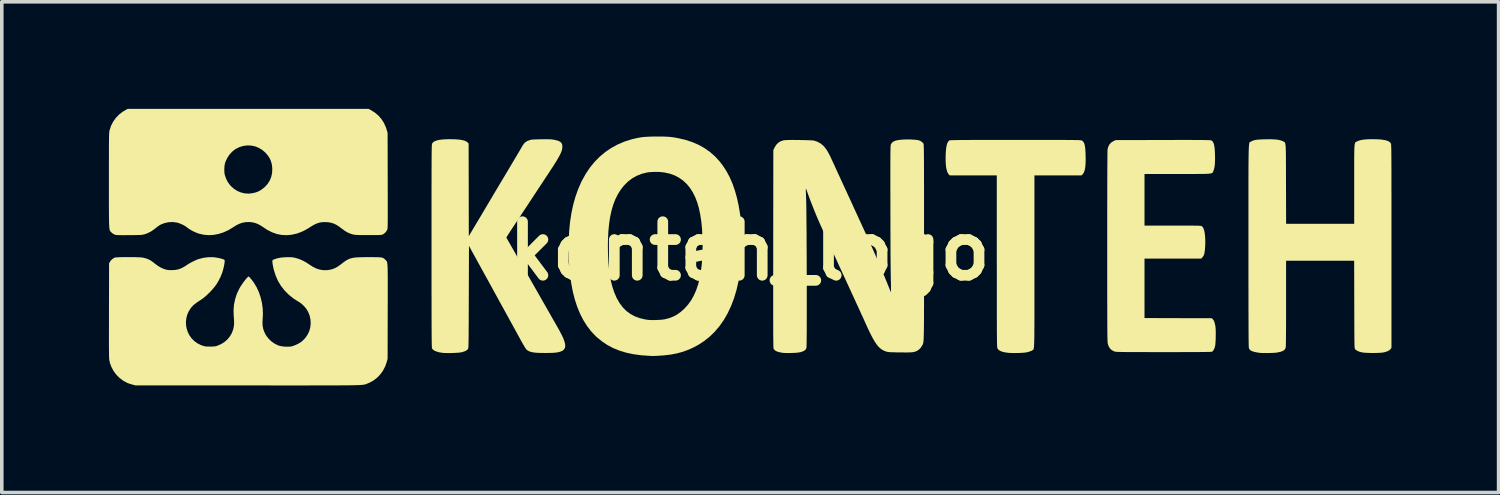
<source format=kicad_pcb>
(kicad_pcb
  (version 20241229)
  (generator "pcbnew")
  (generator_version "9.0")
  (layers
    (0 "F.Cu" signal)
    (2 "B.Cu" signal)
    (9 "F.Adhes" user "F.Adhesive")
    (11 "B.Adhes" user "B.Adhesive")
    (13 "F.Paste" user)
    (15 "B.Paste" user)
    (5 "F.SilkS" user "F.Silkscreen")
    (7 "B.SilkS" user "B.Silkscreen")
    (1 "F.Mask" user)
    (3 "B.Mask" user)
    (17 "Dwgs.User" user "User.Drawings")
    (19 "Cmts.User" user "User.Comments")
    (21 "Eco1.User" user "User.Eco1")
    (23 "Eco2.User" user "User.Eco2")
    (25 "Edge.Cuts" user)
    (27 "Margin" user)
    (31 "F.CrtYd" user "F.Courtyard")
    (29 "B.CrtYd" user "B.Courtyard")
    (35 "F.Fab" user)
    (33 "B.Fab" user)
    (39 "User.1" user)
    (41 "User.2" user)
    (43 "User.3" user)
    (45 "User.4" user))
  (footprint "konteh_logo"
    (layer "F.Cu")
    (at 17.941 3.981)
    (property "Reference" "konteh_logo" (at 0 0 0) (layer "F.SilkS") (effects (font (size 1.5 1.5) (thickness 0.3))))
    (attr board_only exclude_from_pos_files exclude_from_bom)
    (fp_poly (pts (xy 7.885 -3.112) (xy 8.072 -3.112) (xy 8.242 -3.112) (xy 8.395 -3.112) (xy 8.532 -3.112) (xy 8.655 -3.112) (xy 8.764 -3.111) (xy 8.859 -3.111) (xy 8.943 -3.11) (xy 9.015 -3.11) (xy 9.076 -3.109) (xy 9.129 -3.108) (xy 9.172 -3.108) (xy 9.207 -3.107) (xy 9.236 -3.105) (xy 9.258 -3.104) (xy 9.275 -3.103) (xy 9.288 -3.101) (xy 9.298 -3.099) (xy 9.305 -3.097) (xy 9.31 -3.095) (xy 9.314 -3.093) (xy 9.34 -3.072) (xy 9.361 -3.045) (xy 9.378 -3.008) (xy 9.391 -2.96) (xy 9.401 -2.899) (xy 9.408 -2.823) (xy 9.413 -2.729) (xy 9.414 -2.68) (xy 9.416 -2.556) (xy 9.413 -2.45) (xy 9.406 -2.361) (xy 9.394 -2.288) (xy 9.378 -2.229) (xy 9.357 -2.184) (xy 9.332 -2.151) (xy 9.299 -2.118) (xy 8.64 -2.118) (xy 7.981 -2.118) (xy 7.981 0.286) (xy 7.981 0.548) (xy 7.981 0.79) (xy 7.981 1.014) (xy 7.981 1.22) (xy 7.981 1.409) (xy 7.981 1.582) (xy 7.981 1.739) (xy 7.981 1.881) (xy 7.98 2.009) (xy 7.98 2.124) (xy 7.979 2.226) (xy 7.979 2.316) (xy 7.978 2.396) (xy 7.977 2.465) (xy 7.975 2.524) (xy 7.974 2.575) (xy 7.972 2.618) (xy 7.97 2.653) (xy 7.968 2.682) (xy 7.966 2.705) (xy 7.963 2.723) (xy 7.96 2.737) (xy 7.957 2.747) (xy 7.954 2.755) (xy 7.95 2.76) (xy 7.946 2.764) (xy 7.941 2.768) (xy 7.936 2.772) (xy 7.934 2.774) (xy 7.907 2.791) (xy 7.864 2.808) (xy 7.813 2.825) (xy 7.757 2.838) (xy 7.74 2.841) (xy 7.697 2.846) (xy 7.64 2.85) (xy 7.572 2.854) (xy 7.499 2.856) (xy 7.425 2.857) (xy 7.356 2.856) (xy 7.296 2.854) (xy 7.252 2.851) (xy 7.154 2.838) (xy 7.076 2.819) (xy 7.016 2.794) (xy 6.973 2.764) (xy 6.947 2.728) (xy 6.947 2.728) (xy 6.945 2.723) (xy 6.943 2.717) (xy 6.941 2.709) (xy 6.939 2.699) (xy 6.938 2.686) (xy 6.937 2.668) (xy 6.935 2.646) (xy 6.934 2.618) (xy 6.933 2.585) (xy 6.932 2.543) (xy 6.932 2.495) (xy 6.931 2.437) (xy 6.93 2.37) (xy 6.93 2.293) (xy 6.929 2.206) (xy 6.929 2.106) (xy 6.929 1.994) (xy 6.928 1.869) (xy 6.928 1.731) (xy 6.928 1.577) (xy 6.928 1.408) (xy 6.928 1.223) (xy 6.928 1.02) (xy 6.928 0.801) (xy 6.928 0.562) (xy 6.927 0.304) (xy 6.927 0.284) (xy 6.927 -2.118) (xy 6.268 -2.118) (xy 5.609 -2.118) (xy 5.577 -2.152) (xy 5.549 -2.195) (xy 5.527 -2.256) (xy 5.51 -2.334) (xy 5.499 -2.431) (xy 5.494 -2.543) (xy 5.494 -2.672) (xy 5.495 -2.691) (xy 5.501 -2.803) (xy 5.512 -2.897) (xy 5.526 -2.972) (xy 5.546 -3.031) (xy 5.57 -3.072) (xy 5.599 -3.098) (xy 5.602 -3.099) (xy 5.609 -3.101) (xy 5.623 -3.102) (xy 5.646 -3.104) (xy 5.678 -3.105) (xy 5.719 -3.106) (xy 5.771 -3.107) (xy 5.834 -3.108) (xy 5.909 -3.109) (xy 5.997 -3.109) (xy 6.098 -3.11) (xy 6.214 -3.111) (xy 6.344 -3.111) (xy 6.49 -3.111) (xy 6.653 -3.112) (xy 6.833 -3.112) (xy 7.03 -3.112) (xy 7.247 -3.112) (xy 7.454 -3.112) (xy 7.679 -3.112)) (stroke (width 0) (type solid)) (fill yes) (layer "F.SilkS"))
    (fp_poly (pts (xy 12.366 -3.111) (xy 12.474 -3.11) (xy 12.568 -3.11) (xy 12.649 -3.11) (xy 12.717 -3.109) (xy 12.774 -3.108) (xy 12.821 -3.107) (xy 12.858 -3.106) (xy 12.886 -3.105) (xy 12.908 -3.103) (xy 12.923 -3.101) (xy 12.932 -3.099) (xy 12.934 -3.099) (xy 12.962 -3.081) (xy 12.984 -3.052) (xy 13.002 -3.011) (xy 13.017 -2.956) (xy 13.027 -2.885) (xy 13.034 -2.797) (xy 13.038 -2.698) (xy 13.04 -2.581) (xy 13.037 -2.481) (xy 13.031 -2.397) (xy 13.02 -2.328) (xy 13.004 -2.272) (xy 12.995 -2.248) (xy 12.989 -2.233) (xy 12.984 -2.22) (xy 12.979 -2.208) (xy 12.972 -2.198) (xy 12.964 -2.19) (xy 12.951 -2.183) (xy 12.934 -2.176) (xy 12.91 -2.172) (xy 12.879 -2.168) (xy 12.839 -2.164) (xy 12.79 -2.162) (xy 12.729 -2.16) (xy 12.657 -2.159) (xy 12.571 -2.159) (xy 12.47 -2.158) (xy 12.354 -2.158) (xy 12.22 -2.158) (xy 12.068 -2.158) (xy 11.988 -2.158) (xy 11.064 -2.158) (xy 11.064 -1.436) (xy 11.064 -0.713) (xy 11.855 -0.713) (xy 12 -0.713) (xy 12.126 -0.713) (xy 12.235 -0.713) (xy 12.327 -0.712) (xy 12.405 -0.712) (xy 12.47 -0.711) (xy 12.522 -0.711) (xy 12.564 -0.71) (xy 12.597 -0.708) (xy 12.621 -0.707) (xy 12.639 -0.705) (xy 12.652 -0.703) (xy 12.661 -0.7) (xy 12.667 -0.697) (xy 12.672 -0.693) (xy 12.672 -0.693) (xy 12.698 -0.665) (xy 12.72 -0.625) (xy 12.737 -0.571) (xy 12.75 -0.502) (xy 12.76 -0.416) (xy 12.765 -0.336) (xy 12.767 -0.27) (xy 12.766 -0.196) (xy 12.762 -0.121) (xy 12.757 -0.048) (xy 12.749 0.016) (xy 12.74 0.069) (xy 12.734 0.09) (xy 12.714 0.138) (xy 12.686 0.176) (xy 12.685 0.178) (xy 12.652 0.211) (xy 11.858 0.211) (xy 11.064 0.211) (xy 11.064 1.044) (xy 11.064 1.877) (xy 12.006 1.88) (xy 12.949 1.882) (xy 12.975 1.907) (xy 13.002 1.943) (xy 13.024 1.996) (xy 13.042 2.066) (xy 13.052 2.124) (xy 13.056 2.17) (xy 13.059 2.229) (xy 13.06 2.297) (xy 13.059 2.37) (xy 13.058 2.444) (xy 13.055 2.515) (xy 13.051 2.579) (xy 13.046 2.631) (xy 13.04 2.668) (xy 13.039 2.671) (xy 13.022 2.725) (xy 12.999 2.771) (xy 12.975 2.804) (xy 12.954 2.82) (xy 12.944 2.822) (xy 12.919 2.823) (xy 12.88 2.825) (xy 12.827 2.826) (xy 12.757 2.827) (xy 12.673 2.828) (xy 12.571 2.829) (xy 12.453 2.829) (xy 12.317 2.83) (xy 12.163 2.83) (xy 11.991 2.831) (xy 11.8 2.831) (xy 11.598 2.831) (xy 11.407 2.831) (xy 11.235 2.831) (xy 11.081 2.83) (xy 10.945 2.83) (xy 10.824 2.83) (xy 10.718 2.83) (xy 10.626 2.829) (xy 10.546 2.829) (xy 10.478 2.828) (xy 10.421 2.827) (xy 10.374 2.826) (xy 10.335 2.825) (xy 10.304 2.824) (xy 10.28 2.822) (xy 10.261 2.821) (xy 10.246 2.819) (xy 10.235 2.817) (xy 10.226 2.814) (xy 10.218 2.812) (xy 10.217 2.811) (xy 10.152 2.778) (xy 10.102 2.735) (xy 10.065 2.678) (xy 10.039 2.606) (xy 10.035 2.59) (xy 10.033 2.582) (xy 10.032 2.57) (xy 10.031 2.554) (xy 10.029 2.534) (xy 10.028 2.508) (xy 10.027 2.476) (xy 10.026 2.438) (xy 10.025 2.392) (xy 10.024 2.337) (xy 10.024 2.274) (xy 10.023 2.201) (xy 10.022 2.117) (xy 10.022 2.023) (xy 10.022 1.917) (xy 10.021 1.798) (xy 10.021 1.666) (xy 10.021 1.52) (xy 10.02 1.359) (xy 10.02 1.183) (xy 10.02 0.991) (xy 10.02 0.782) (xy 10.02 0.556) (xy 10.02 0.312) (xy 10.02 0.048) (xy 10.02 -0.131) (xy 10.02 -0.419) (xy 10.02 -0.694) (xy 10.02 -0.954) (xy 10.02 -1.198) (xy 10.021 -1.428) (xy 10.021 -1.641) (xy 10.021 -1.839) (xy 10.022 -2.02) (xy 10.022 -2.184) (xy 10.023 -2.33) (xy 10.024 -2.46) (xy 10.025 -2.571) (xy 10.025 -2.664) (xy 10.026 -2.738) (xy 10.027 -2.794) (xy 10.028 -2.83) (xy 10.029 -2.846) (xy 10.049 -2.923) (xy 10.083 -2.987) (xy 10.131 -3.038) (xy 10.195 -3.079) (xy 10.208 -3.085) (xy 10.255 -3.107) (xy 11.578 -3.11) (xy 11.772 -3.11) (xy 11.947 -3.111) (xy 12.103 -3.111) (xy 12.243 -3.111)) (stroke (width 0) (type solid)) (fill yes) (layer "F.SilkS"))
    (fp_poly (pts (xy -2.488 -3.207) (xy -2.402 -3.206) (xy -2.328 -3.203) (xy -2.263 -3.2) (xy -2.202 -3.194) (xy -2.141 -3.186) (xy -2.078 -3.176) (xy -2.007 -3.163) (xy -1.998 -3.161) (xy -1.793 -3.114) (xy -1.602 -3.051) (xy -1.424 -2.974) (xy -1.259 -2.882) (xy -1.107 -2.774) (xy -0.966 -2.651) (xy -0.838 -2.512) (xy -0.743 -2.389) (xy -0.645 -2.237) (xy -0.556 -2.072) (xy -0.478 -1.893) (xy -0.41 -1.7) (xy -0.351 -1.492) (xy -0.302 -1.268) (xy -0.262 -1.028) (xy -0.231 -0.77) (xy -0.229 -0.758) (xy -0.226 -0.706) (xy -0.222 -0.637) (xy -0.22 -0.554) (xy -0.218 -0.46) (xy -0.217 -0.36) (xy -0.216 -0.255) (xy -0.216 -0.149) (xy -0.217 -0.046) (xy -0.219 0.052) (xy -0.221 0.141) (xy -0.224 0.219) (xy -0.227 0.281) (xy -0.229 0.301) (xy -0.261 0.579) (xy -0.306 0.842) (xy -0.363 1.09) (xy -0.433 1.323) (xy -0.516 1.541) (xy -0.611 1.743) (xy -0.719 1.931) (xy -0.84 2.103) (xy -0.972 2.259) (xy -1.117 2.4) (xy -1.275 2.525) (xy -1.444 2.634) (xy -1.591 2.711) (xy -1.737 2.775) (xy -1.886 2.827) (xy -2.039 2.868) (xy -2.201 2.899) (xy -2.375 2.92) (xy -2.535 2.932) (xy -2.594 2.935) (xy -2.645 2.937) (xy -2.687 2.939) (xy -2.715 2.939) (xy -2.726 2.939) (xy -2.74 2.938) (xy -2.769 2.937) (xy -2.805 2.935) (xy -2.806 2.935) (xy -3.035 2.919) (xy -3.249 2.89) (xy -3.449 2.848) (xy -3.636 2.791) (xy -3.811 2.721) (xy -3.973 2.636) (xy -4.124 2.536) (xy -4.265 2.422) (xy -4.309 2.381) (xy -4.436 2.247) (xy -4.55 2.098) (xy -4.653 1.935) (xy -4.744 1.757) (xy -4.824 1.564) (xy -4.892 1.356) (xy -4.949 1.132) (xy -4.994 0.892) (xy -5.029 0.636) (xy -5.052 0.364) (xy -5.064 0.075) (xy -5.065 0.005) (xy -5.064 -0.146) (xy -3.966 -0.146) (xy -3.962 0.089) (xy -3.952 0.305) (xy -3.934 0.505) (xy -3.909 0.69) (xy -3.876 0.86) (xy -3.835 1.016) (xy -3.786 1.161) (xy -3.729 1.294) (xy -3.714 1.325) (xy -3.638 1.458) (xy -3.551 1.574) (xy -3.453 1.674) (xy -3.343 1.757) (xy -3.221 1.824) (xy -3.087 1.876) (xy -2.94 1.912) (xy -2.846 1.927) (xy -2.794 1.931) (xy -2.727 1.933) (xy -2.654 1.933) (xy -2.577 1.93) (xy -2.503 1.927) (xy -2.438 1.921) (xy -2.387 1.914) (xy -2.38 1.913) (xy -2.251 1.88) (xy -2.133 1.835) (xy -2.024 1.776) (xy -1.92 1.701) (xy -1.817 1.608) (xy -1.816 1.607) (xy -1.72 1.5) (xy -1.634 1.38) (xy -1.559 1.247) (xy -1.494 1.1) (xy -1.439 0.938) (xy -1.395 0.761) (xy -1.36 0.568) (xy -1.335 0.36) (xy -1.319 0.134) (xy -1.313 -0.108) (xy -1.313 -0.156) (xy -1.317 -0.4) (xy -1.329 -0.627) (xy -1.35 -0.837) (xy -1.38 -1.03) (xy -1.418 -1.206) (xy -1.465 -1.367) (xy -1.522 -1.514) (xy -1.588 -1.645) (xy -1.663 -1.763) (xy -1.747 -1.867) (xy -1.842 -1.959) (xy -1.867 -1.979) (xy -1.979 -2.058) (xy -2.1 -2.12) (xy -2.233 -2.167) (xy -2.378 -2.199) (xy -2.457 -2.209) (xy -2.526 -2.215) (xy -2.606 -2.216) (xy -2.689 -2.215) (xy -2.77 -2.211) (xy -2.841 -2.204) (xy -2.876 -2.198) (xy -3.022 -2.162) (xy -3.159 -2.107) (xy -3.287 -2.034) (xy -3.405 -1.944) (xy -3.512 -1.837) (xy -3.521 -1.827) (xy -3.61 -1.712) (xy -3.689 -1.585) (xy -3.758 -1.447) (xy -3.816 -1.296) (xy -3.864 -1.131) (xy -3.903 -0.952) (xy -3.932 -0.757) (xy -3.952 -0.547) (xy -3.963 -0.32) (xy -3.966 -0.146) (xy -5.064 -0.146) (xy -5.063 -0.284) (xy -5.05 -0.557) (xy -5.025 -0.816) (xy -4.987 -1.061) (xy -4.938 -1.293) (xy -4.876 -1.514) (xy -4.802 -1.724) (xy -4.715 -1.925) (xy -4.692 -1.972) (xy -4.586 -2.162) (xy -4.468 -2.338) (xy -4.337 -2.499) (xy -4.193 -2.644) (xy -4.037 -2.774) (xy -3.87 -2.887) (xy -3.692 -2.984) (xy -3.503 -3.065) (xy -3.304 -3.128) (xy -3.29 -3.131) (xy -3.202 -3.153) (xy -3.121 -3.17) (xy -3.041 -3.184) (xy -2.96 -3.194) (xy -2.873 -3.2) (xy -2.776 -3.205) (xy -2.666 -3.207) (xy -2.59 -3.207)) (stroke (width 0) (type solid)) (fill yes) (layer "F.SilkS"))
    (fp_poly (pts (xy 17.584 -3.13) (xy 17.691 -3.123) (xy 17.779 -3.11) (xy 17.85 -3.093) (xy 17.905 -3.07) (xy 17.943 -3.042) (xy 17.96 -3.02) (xy 17.962 -3.017) (xy 17.964 -3.013) (xy 17.966 -3.007) (xy 17.968 -3) (xy 17.969 -2.991) (xy 17.971 -2.978) (xy 17.972 -2.961) (xy 17.973 -2.939) (xy 17.974 -2.912) (xy 17.975 -2.879) (xy 17.976 -2.839) (xy 17.977 -2.792) (xy 17.977 -2.736) (xy 17.978 -2.672) (xy 17.978 -2.598) (xy 17.979 -2.513) (xy 17.979 -2.418) (xy 17.98 -2.311) (xy 17.98 -2.192) (xy 17.98 -2.06) (xy 17.98 -1.914) (xy 17.98 -1.753) (xy 17.981 -1.578) (xy 17.981 -1.386) (xy 17.981 -1.178) (xy 17.981 -0.953) (xy 17.981 -0.71) (xy 17.981 -0.448) (xy 17.981 -0.167) (xy 17.981 -0.14) (xy 17.981 2.708) (xy 17.958 2.742) (xy 17.924 2.777) (xy 17.871 2.806) (xy 17.799 2.83) (xy 17.764 2.838) (xy 17.718 2.845) (xy 17.655 2.85) (xy 17.582 2.853) (xy 17.501 2.855) (xy 17.419 2.855) (xy 17.338 2.853) (xy 17.265 2.85) (xy 17.202 2.845) (xy 17.154 2.838) (xy 17.153 2.838) (xy 17.077 2.818) (xy 17.018 2.792) (xy 16.975 2.762) (xy 16.962 2.748) (xy 16.959 2.743) (xy 16.956 2.738) (xy 16.954 2.731) (xy 16.952 2.721) (xy 16.95 2.707) (xy 16.948 2.688) (xy 16.947 2.663) (xy 16.946 2.631) (xy 16.944 2.591) (xy 16.944 2.541) (xy 16.943 2.481) (xy 16.942 2.409) (xy 16.942 2.325) (xy 16.941 2.227) (xy 16.941 2.115) (xy 16.94 1.986) (xy 16.94 1.841) (xy 16.939 1.678) (xy 16.939 1.496) (xy 16.939 1.495) (xy 16.936 0.271) (xy 15.983 0.271) (xy 15.029 0.271) (xy 15.029 1.468) (xy 15.029 1.672) (xy 15.029 1.855) (xy 15.028 2.02) (xy 15.028 2.165) (xy 15.027 2.292) (xy 15.026 2.402) (xy 15.025 2.494) (xy 15.024 2.569) (xy 15.023 2.627) (xy 15.021 2.669) (xy 15.02 2.695) (xy 15.018 2.705) (xy 15.001 2.744) (xy 14.973 2.776) (xy 14.931 2.801) (xy 14.874 2.822) (xy 14.799 2.839) (xy 14.782 2.842) (xy 14.743 2.847) (xy 14.688 2.851) (xy 14.622 2.854) (xy 14.551 2.856) (xy 14.478 2.857) (xy 14.409 2.856) (xy 14.348 2.855) (xy 14.301 2.852) (xy 14.291 2.851) (xy 14.205 2.838) (xy 14.131 2.822) (xy 14.072 2.802) (xy 14.03 2.779) (xy 14.014 2.765) (xy 14 2.742) (xy 13.987 2.713) (xy 13.986 2.712) (xy 13.985 2.702) (xy 13.984 2.682) (xy 13.983 2.65) (xy 13.982 2.606) (xy 13.981 2.549) (xy 13.98 2.479) (xy 13.979 2.396) (xy 13.979 2.299) (xy 13.978 2.187) (xy 13.978 2.06) (xy 13.977 1.918) (xy 13.977 1.761) (xy 13.976 1.586) (xy 13.976 1.395) (xy 13.976 1.187) (xy 13.975 0.961) (xy 13.975 0.717) (xy 13.975 0.454) (xy 13.975 0.172) (xy 13.975 -0.129) (xy 13.975 -0.142) (xy 13.975 -0.428) (xy 13.975 -0.694) (xy 13.975 -0.941) (xy 13.975 -1.171) (xy 13.975 -1.383) (xy 13.975 -1.579) (xy 13.975 -1.758) (xy 13.975 -1.923) (xy 13.975 -2.072) (xy 13.976 -2.208) (xy 13.976 -2.331) (xy 13.977 -2.441) (xy 13.978 -2.539) (xy 13.979 -2.626) (xy 13.98 -2.703) (xy 13.982 -2.769) (xy 13.983 -2.827) (xy 13.985 -2.876) (xy 13.987 -2.918) (xy 13.99 -2.952) (xy 13.993 -2.981) (xy 13.996 -3.003) (xy 13.999 -3.02) (xy 14.003 -3.034) (xy 14.007 -3.043) (xy 14.012 -3.05) (xy 14.017 -3.054) (xy 14.022 -3.057) (xy 14.028 -3.059) (xy 14.034 -3.061) (xy 14.041 -3.063) (xy 14.048 -3.067) (xy 14.049 -3.067) (xy 14.081 -3.084) (xy 14.116 -3.097) (xy 14.156 -3.108) (xy 14.204 -3.116) (xy 14.263 -3.122) (xy 14.336 -3.126) (xy 14.425 -3.129) (xy 14.457 -3.129) (xy 14.567 -3.131) (xy 14.66 -3.129) (xy 14.738 -3.124) (xy 14.804 -3.116) (xy 14.86 -3.104) (xy 14.908 -3.089) (xy 14.936 -3.076) (xy 14.95 -3.07) (xy 14.962 -3.065) (xy 14.972 -3.061) (xy 14.982 -3.055) (xy 14.99 -3.047) (xy 14.997 -3.036) (xy 15.003 -3.021) (xy 15.008 -3) (xy 15.012 -2.973) (xy 15.016 -2.938) (xy 15.019 -2.894) (xy 15.021 -2.84) (xy 15.023 -2.775) (xy 15.024 -2.699) (xy 15.025 -2.609) (xy 15.025 -2.505) (xy 15.026 -2.385) (xy 15.026 -2.249) (xy 15.026 -2.096) (xy 15.027 -1.924) (xy 15.027 -1.875) (xy 15.03 -0.763) (xy 15.983 -0.763) (xy 16.937 -0.763) (xy 16.937 -1.87) (xy 16.937 -2.047) (xy 16.937 -2.206) (xy 16.937 -2.346) (xy 16.937 -2.47) (xy 16.937 -2.578) (xy 16.938 -2.672) (xy 16.939 -2.752) (xy 16.94 -2.82) (xy 16.942 -2.876) (xy 16.945 -2.923) (xy 16.948 -2.96) (xy 16.952 -2.99) (xy 16.957 -3.012) (xy 16.963 -3.029) (xy 16.97 -3.041) (xy 16.978 -3.05) (xy 16.987 -3.057) (xy 16.998 -3.062) (xy 17.01 -3.067) (xy 17.023 -3.073) (xy 17.027 -3.074) (xy 17.075 -3.094) (xy 17.132 -3.109) (xy 17.199 -3.12) (xy 17.281 -3.128) (xy 17.378 -3.132) (xy 17.459 -3.132)) (stroke (width 0) (type solid)) (fill yes) (layer "F.SilkS"))
    (fp_poly (pts (xy -10.612 -3.952) (xy -10.495 -3.88) (xy -10.394 -3.795) (xy -10.308 -3.697) (xy -10.237 -3.586) (xy -10.182 -3.463) (xy -10.158 -3.388) (xy -10.135 -3.308) (xy -10.132 -1.969) (xy -10.132 -1.778) (xy -10.131 -1.606) (xy -10.131 -1.452) (xy -10.131 -1.315) (xy -10.131 -1.194) (xy -10.131 -1.088) (xy -10.131 -0.996) (xy -10.131 -0.917) (xy -10.132 -0.849) (xy -10.132 -0.792) (xy -10.133 -0.745) (xy -10.134 -0.707) (xy -10.135 -0.676) (xy -10.136 -0.652) (xy -10.138 -0.633) (xy -10.14 -0.619) (xy -10.142 -0.608) (xy -10.144 -0.6) (xy -10.147 -0.593) (xy -10.15 -0.587) (xy -10.188 -0.528) (xy -10.241 -0.483) (xy -10.265 -0.468) (xy -10.276 -0.463) (xy -10.288 -0.458) (xy -10.303 -0.455) (xy -10.322 -0.452) (xy -10.348 -0.45) (xy -10.384 -0.448) (xy -10.431 -0.447) (xy -10.491 -0.447) (xy -10.567 -0.447) (xy -10.661 -0.447) (xy -10.667 -0.447) (xy -10.765 -0.447) (xy -10.846 -0.447) (xy -10.911 -0.448) (xy -10.963 -0.449) (xy -11.005 -0.451) (xy -11.038 -0.454) (xy -11.065 -0.457) (xy -11.089 -0.461) (xy -11.105 -0.465) (xy -11.182 -0.488) (xy -11.258 -0.521) (xy -11.335 -0.567) (xy -11.418 -0.628) (xy -11.424 -0.632) (xy -11.503 -0.691) (xy -11.574 -0.736) (xy -11.641 -0.768) (xy -11.709 -0.79) (xy -11.782 -0.804) (xy -11.852 -0.81) (xy -11.945 -0.81) (xy -12.031 -0.799) (xy -12.114 -0.774) (xy -12.197 -0.736) (xy -12.286 -0.683) (xy -12.309 -0.667) (xy -12.394 -0.615) (xy -12.487 -0.565) (xy -12.582 -0.523) (xy -12.672 -0.491) (xy -12.682 -0.488) (xy -12.826 -0.456) (xy -12.966 -0.444) (xy -13.104 -0.451) (xy -13.239 -0.478) (xy -13.372 -0.525) (xy -13.504 -0.592) (xy -13.604 -0.658) (xy -13.696 -0.718) (xy -13.782 -0.763) (xy -13.866 -0.792) (xy -13.953 -0.808) (xy -14.035 -0.813) (xy -14.129 -0.807) (xy -14.218 -0.788) (xy -14.306 -0.756) (xy -14.396 -0.708) (xy -14.456 -0.669) (xy -14.589 -0.588) (xy -14.726 -0.525) (xy -14.865 -0.48) (xy -15.005 -0.453) (xy -15.144 -0.445) (xy -15.281 -0.456) (xy -15.414 -0.486) (xy -15.426 -0.489) (xy -15.511 -0.521) (xy -15.597 -0.561) (xy -15.678 -0.608) (xy -15.748 -0.656) (xy -15.769 -0.674) (xy -15.806 -0.7) (xy -15.856 -0.728) (xy -15.913 -0.755) (xy -15.971 -0.778) (xy -16.023 -0.795) (xy -16.038 -0.798) (xy -16.155 -0.813) (xy -16.271 -0.807) (xy -16.384 -0.782) (xy -16.462 -0.753) (xy -16.494 -0.737) (xy -16.523 -0.722) (xy -16.553 -0.702) (xy -16.588 -0.677) (xy -16.631 -0.643) (xy -16.671 -0.611) (xy -16.768 -0.544) (xy -16.871 -0.494) (xy -16.945 -0.469) (xy -16.967 -0.464) (xy -16.989 -0.459) (xy -17.014 -0.455) (xy -17.043 -0.452) (xy -17.08 -0.45) (xy -17.127 -0.449) (xy -17.186 -0.447) (xy -17.259 -0.446) (xy -17.35 -0.445) (xy -17.373 -0.445) (xy -17.471 -0.445) (xy -17.55 -0.444) (xy -17.613 -0.445) (xy -17.663 -0.446) (xy -17.702 -0.447) (xy -17.731 -0.45) (xy -17.753 -0.453) (xy -17.77 -0.457) (xy -17.773 -0.458) (xy -17.822 -0.481) (xy -17.865 -0.516) (xy -17.875 -0.526) (xy -17.885 -0.535) (xy -17.893 -0.543) (xy -17.901 -0.553) (xy -17.908 -0.564) (xy -17.914 -0.577) (xy -17.919 -0.595) (xy -17.924 -0.617) (xy -17.928 -0.645) (xy -17.931 -0.68) (xy -17.933 -0.723) (xy -17.936 -0.775) (xy -17.937 -0.837) (xy -17.938 -0.91) (xy -17.939 -0.995) (xy -17.94 -1.092) (xy -17.94 -1.204) (xy -17.941 -1.331) (xy -17.941 -1.474) (xy -17.941 -1.635) (xy -17.941 -1.813) (xy -17.941 -1.983) (xy -17.941 -2.173) (xy -17.941 -2.272) (xy -14.709 -2.272) (xy -14.707 -2.21) (xy -14.701 -2.158) (xy -14.699 -2.147) (xy -14.663 -2.034) (xy -14.61 -1.93) (xy -14.54 -1.836) (xy -14.529 -1.825) (xy -14.443 -1.746) (xy -14.348 -1.685) (xy -14.245 -1.641) (xy -14.137 -1.615) (xy -14.026 -1.608) (xy -13.913 -1.621) (xy -13.908 -1.622) (xy -13.824 -1.643) (xy -13.752 -1.671) (xy -13.684 -1.709) (xy -13.669 -1.719) (xy -13.574 -1.793) (xy -13.497 -1.879) (xy -13.437 -1.973) (xy -13.394 -2.077) (xy -13.37 -2.188) (xy -13.365 -2.306) (xy -13.365 -2.323) (xy -13.378 -2.431) (xy -13.406 -2.527) (xy -13.448 -2.616) (xy -13.509 -2.701) (xy -13.565 -2.763) (xy -13.653 -2.836) (xy -13.749 -2.893) (xy -13.851 -2.933) (xy -13.958 -2.954) (xy -14.067 -2.958) (xy -14.176 -2.944) (xy -14.282 -2.912) (xy -14.385 -2.862) (xy -14.417 -2.841) (xy -14.495 -2.777) (xy -14.565 -2.699) (xy -14.624 -2.61) (xy -14.67 -2.515) (xy -14.693 -2.445) (xy -14.702 -2.397) (xy -14.707 -2.336) (xy -14.709 -2.272) (xy -17.941 -2.272) (xy -17.941 -2.344) (xy -17.941 -2.498) (xy -17.94 -2.634) (xy -17.94 -2.755) (xy -17.94 -2.861) (xy -17.94 -2.953) (xy -17.939 -3.033) (xy -17.938 -3.101) (xy -17.938 -3.158) (xy -17.937 -3.207) (xy -17.936 -3.247) (xy -17.934 -3.279) (xy -17.933 -3.306) (xy -17.931 -3.328) (xy -17.929 -3.345) (xy -17.927 -3.359) (xy -17.925 -3.372) (xy -17.922 -3.384) (xy -17.92 -3.389) (xy -17.879 -3.513) (xy -17.82 -3.627) (xy -17.744 -3.732) (xy -17.654 -3.825) (xy -17.55 -3.905) (xy -17.467 -3.953) (xy -17.414 -3.981) (xy -14.04 -3.981) (xy -10.667 -3.981)) (stroke (width 0) (type solid)) (fill yes) (layer "F.SilkS"))
    (fp_poly (pts (xy -8.261 -3.13) (xy -8.156 -3.124) (xy -8.069 -3.112) (xy -7.999 -3.097) (xy -7.944 -3.076) (xy -7.905 -3.05) (xy -7.896 -3.042) (xy -7.866 -3.011) (xy -7.863 -1.715) (xy -7.861 -0.418) (xy -7.697 -0.694) (xy -7.648 -0.776) (xy -7.592 -0.869) (xy -7.532 -0.97) (xy -7.471 -1.072) (xy -7.413 -1.17) (xy -7.36 -1.26) (xy -7.354 -1.27) (xy -7.287 -1.383) (xy -7.22 -1.495) (xy -7.153 -1.609) (xy -7.083 -1.726) (xy -7.009 -1.85) (xy -6.929 -1.984) (xy -6.842 -2.129) (xy -6.747 -2.289) (xy -6.741 -2.299) (xy -6.657 -2.441) (xy -6.582 -2.566) (xy -6.518 -2.674) (xy -6.463 -2.766) (xy -6.419 -2.842) (xy -6.383 -2.903) (xy -6.357 -2.948) (xy -6.356 -2.95) (xy -6.316 -3.008) (xy -6.273 -3.051) (xy -6.219 -3.083) (xy -6.165 -3.104) (xy -6.143 -3.111) (xy -6.12 -3.116) (xy -6.093 -3.12) (xy -6.06 -3.123) (xy -6.018 -3.125) (xy -5.963 -3.127) (xy -5.893 -3.129) (xy -5.838 -3.13) (xy -5.751 -3.131) (xy -5.681 -3.131) (xy -5.624 -3.131) (xy -5.577 -3.129) (xy -5.538 -3.126) (xy -5.502 -3.121) (xy -5.482 -3.118) (xy -5.401 -3.101) (xy -5.339 -3.08) (xy -5.294 -3.054) (xy -5.263 -3.022) (xy -5.246 -2.982) (xy -5.241 -2.932) (xy -5.241 -2.931) (xy -5.242 -2.894) (xy -5.247 -2.857) (xy -5.257 -2.817) (xy -5.272 -2.774) (xy -5.293 -2.726) (xy -5.321 -2.67) (xy -5.356 -2.607) (xy -5.399 -2.533) (xy -5.452 -2.448) (xy -5.514 -2.351) (xy -5.588 -2.239) (xy -5.61 -2.205) (xy -5.664 -2.123) (xy -5.723 -2.034) (xy -5.783 -1.942) (xy -5.842 -1.853) (xy -5.897 -1.77) (xy -5.944 -1.698) (xy -5.948 -1.692) (xy -6.042 -1.55) (xy -6.125 -1.423) (xy -6.199 -1.311) (xy -6.265 -1.211) (xy -6.324 -1.122) (xy -6.376 -1.042) (xy -6.423 -0.971) (xy -6.466 -0.907) (xy -6.505 -0.848) (xy -6.541 -0.793) (xy -6.576 -0.74) (xy -6.61 -0.689) (xy -6.624 -0.668) (xy -6.665 -0.606) (xy -6.703 -0.548) (xy -6.737 -0.496) (xy -6.764 -0.454) (xy -6.783 -0.423) (xy -6.793 -0.406) (xy -6.793 -0.406) (xy -6.809 -0.376) (xy -6.189 0.708) (xy -6.11 0.846) (xy -6.034 0.979) (xy -5.96 1.108) (xy -5.89 1.231) (xy -5.825 1.346) (xy -5.764 1.453) (xy -5.708 1.55) (xy -5.659 1.637) (xy -5.616 1.711) (xy -5.581 1.773) (xy -5.554 1.821) (xy -5.535 1.853) (xy -5.527 1.867) (xy -5.509 1.9) (xy -5.483 1.946) (xy -5.451 2.001) (xy -5.417 2.06) (xy -5.383 2.121) (xy -5.381 2.123) (xy -5.314 2.244) (xy -5.259 2.35) (xy -5.216 2.442) (xy -5.186 2.522) (xy -5.167 2.591) (xy -5.16 2.649) (xy -5.165 2.697) (xy -5.181 2.737) (xy -5.208 2.77) (xy -5.245 2.796) (xy -5.252 2.799) (xy -5.29 2.815) (xy -5.332 2.828) (xy -5.38 2.838) (xy -5.438 2.846) (xy -5.508 2.851) (xy -5.592 2.854) (xy -5.693 2.855) (xy -5.723 2.855) (xy -5.836 2.854) (xy -5.932 2.851) (xy -6.012 2.845) (xy -6.078 2.835) (xy -6.132 2.822) (xy -6.177 2.805) (xy -6.215 2.784) (xy -6.246 2.758) (xy -6.254 2.75) (xy -6.266 2.733) (xy -6.287 2.702) (xy -6.313 2.657) (xy -6.345 2.603) (xy -6.38 2.542) (xy -6.416 2.476) (xy -6.418 2.472) (xy -6.461 2.393) (xy -6.508 2.308) (xy -6.555 2.222) (xy -6.601 2.139) (xy -6.641 2.065) (xy -6.662 2.028) (xy -6.703 1.954) (xy -6.749 1.869) (xy -6.798 1.781) (xy -6.843 1.698) (xy -6.877 1.636) (xy -6.91 1.576) (xy -6.941 1.52) (xy -6.969 1.469) (xy -6.992 1.429) (xy -7.007 1.401) (xy -7.01 1.395) (xy -7.023 1.372) (xy -7.043 1.335) (xy -7.069 1.288) (xy -7.098 1.234) (xy -7.128 1.18) (xy -7.157 1.126) (xy -7.194 1.06) (xy -7.236 0.983) (xy -7.281 0.901) (xy -7.327 0.817) (xy -7.372 0.736) (xy -7.382 0.718) (xy -7.425 0.64) (xy -7.469 0.56) (xy -7.511 0.483) (xy -7.551 0.411) (xy -7.585 0.348) (xy -7.613 0.299) (xy -7.62 0.286) (xy -7.654 0.223) (xy -7.694 0.151) (xy -7.734 0.077) (xy -7.771 0.011) (xy -7.777 0.000077) (xy -7.856 -0.145) (xy -7.861 1.287) (xy -7.862 1.485) (xy -7.862 1.664) (xy -7.863 1.824) (xy -7.863 1.968) (xy -7.864 2.095) (xy -7.865 2.207) (xy -7.865 2.306) (xy -7.866 2.391) (xy -7.867 2.463) (xy -7.868 2.525) (xy -7.869 2.577) (xy -7.87 2.619) (xy -7.871 2.653) (xy -7.872 2.68) (xy -7.874 2.701) (xy -7.876 2.716) (xy -7.878 2.727) (xy -7.88 2.735) (xy -7.882 2.741) (xy -7.885 2.745) (xy -7.887 2.748) (xy -7.92 2.779) (xy -7.972 2.806) (xy -8.039 2.829) (xy -8.072 2.836) (xy -8.113 2.843) (xy -8.171 2.848) (xy -8.239 2.852) (xy -8.313 2.855) (xy -8.389 2.857) (xy -8.462 2.857) (xy -8.528 2.856) (xy -8.582 2.853) (xy -8.595 2.851) (xy -8.687 2.837) (xy -8.764 2.816) (xy -8.824 2.79) (xy -8.867 2.759) (xy -8.891 2.725) (xy -8.892 2.719) (xy -8.894 2.709) (xy -8.895 2.694) (xy -8.896 2.672) (xy -8.897 2.644) (xy -8.898 2.608) (xy -8.899 2.565) (xy -8.9 2.513) (xy -8.901 2.452) (xy -8.901 2.38) (xy -8.902 2.299) (xy -8.902 2.206) (xy -8.903 2.101) (xy -8.903 1.983) (xy -8.904 1.853) (xy -8.904 1.708) (xy -8.904 1.549) (xy -8.904 1.375) (xy -8.905 1.184) (xy -8.905 0.978) (xy -8.905 0.754) (xy -8.905 0.512) (xy -8.905 0.252) (xy -8.905 -0.027) (xy -8.905 -0.143) (xy -8.905 -0.425) (xy -8.905 -0.689) (xy -8.905 -0.933) (xy -8.905 -1.16) (xy -8.905 -1.369) (xy -8.905 -1.562) (xy -8.905 -1.738) (xy -8.904 -1.9) (xy -8.904 -2.047) (xy -8.904 -2.18) (xy -8.904 -2.3) (xy -8.903 -2.408) (xy -8.903 -2.504) (xy -8.902 -2.589) (xy -8.902 -2.664) (xy -8.901 -2.729) (xy -8.901 -2.785) (xy -8.9 -2.833) (xy -8.899 -2.873) (xy -8.898 -2.907) (xy -8.897 -2.934) (xy -8.896 -2.956) (xy -8.895 -2.973) (xy -8.893 -2.986) (xy -8.892 -2.996) (xy -8.89 -3.003) (xy -8.888 -3.009) (xy -8.887 -3.012) (xy -8.861 -3.046) (xy -8.819 -3.074) (xy -8.763 -3.096) (xy -8.689 -3.113) (xy -8.599 -3.124) (xy -8.49 -3.131) (xy -8.384 -3.132)) (stroke (width 0) (type solid)) (fill yes) (layer "F.SilkS"))
    (fp_poly (pts (xy -17.294 0.17) (xy -17.216 0.171) (xy -17.144 0.174) (xy -17.08 0.176) (xy -17.029 0.18) (xy -16.991 0.184) (xy -16.983 0.186) (xy -16.903 0.206) (xy -16.833 0.232) (xy -16.768 0.267) (xy -16.702 0.313) (xy -16.654 0.352) (xy -16.559 0.422) (xy -16.463 0.476) (xy -16.376 0.51) (xy -16.334 0.522) (xy -16.294 0.53) (xy -16.249 0.534) (xy -16.193 0.535) (xy -16.189 0.535) (xy -16.087 0.53) (xy -15.996 0.513) (xy -15.911 0.482) (xy -15.826 0.436) (xy -15.769 0.399) (xy -15.717 0.364) (xy -15.654 0.328) (xy -15.585 0.292) (xy -15.518 0.26) (xy -15.458 0.235) (xy -15.436 0.227) (xy -15.293 0.19) (xy -15.15 0.172) (xy -15.008 0.173) (xy -14.871 0.193) (xy -14.761 0.223) (xy -14.727 0.235) (xy -14.709 0.245) (xy -14.7 0.256) (xy -14.698 0.273) (xy -14.698 0.284) (xy -14.701 0.322) (xy -14.709 0.373) (xy -14.721 0.434) (xy -14.736 0.497) (xy -14.752 0.558) (xy -14.768 0.609) (xy -14.817 0.731) (xy -14.88 0.852) (xy -14.927 0.929) (xy -14.974 0.994) (xy -15.033 1.065) (xy -15.1 1.138) (xy -15.17 1.208) (xy -15.241 1.272) (xy -15.307 1.326) (xy -15.336 1.346) (xy -15.38 1.376) (xy -15.43 1.409) (xy -15.477 1.44) (xy -15.48 1.442) (xy -15.57 1.512) (xy -15.643 1.592) (xy -15.701 1.681) (xy -15.744 1.775) (xy -15.771 1.873) (xy -15.783 1.974) (xy -15.78 2.075) (xy -15.763 2.174) (xy -15.731 2.27) (xy -15.685 2.361) (xy -15.626 2.445) (xy -15.552 2.519) (xy -15.466 2.582) (xy -15.366 2.633) (xy -15.327 2.647) (xy -15.291 2.659) (xy -15.26 2.667) (xy -15.228 2.672) (xy -15.19 2.675) (xy -15.141 2.675) (xy -15.109 2.676) (xy -15.052 2.675) (xy -15.009 2.673) (xy -14.975 2.67) (xy -14.944 2.664) (xy -14.911 2.654) (xy -14.892 2.647) (xy -14.791 2.603) (xy -14.698 2.543) (xy -14.616 2.469) (xy -14.549 2.385) (xy -14.508 2.316) (xy -14.479 2.249) (xy -14.457 2.185) (xy -14.443 2.119) (xy -14.435 2.048) (xy -14.435 1.967) (xy -14.44 1.873) (xy -14.445 1.82) (xy -14.45 1.661) (xy -14.438 1.503) (xy -14.406 1.349) (xy -14.358 1.2) (xy -14.292 1.059) (xy -14.282 1.041) (xy -14.252 0.991) (xy -14.217 0.938) (xy -14.18 0.884) (xy -14.142 0.834) (xy -14.107 0.789) (xy -14.075 0.752) (xy -14.049 0.726) (xy -14.031 0.714) (xy -14.028 0.713) (xy -14.016 0.721) (xy -13.994 0.742) (xy -13.967 0.774) (xy -13.935 0.813) (xy -13.902 0.857) (xy -13.883 0.883) (xy -13.806 1.01) (xy -13.741 1.15) (xy -13.691 1.299) (xy -13.654 1.455) (xy -13.633 1.615) (xy -13.627 1.775) (xy -13.634 1.892) (xy -13.64 1.996) (xy -13.636 2.087) (xy -13.621 2.172) (xy -13.594 2.254) (xy -13.592 2.258) (xy -13.543 2.357) (xy -13.477 2.446) (xy -13.397 2.525) (xy -13.306 2.59) (xy -13.208 2.639) (xy -13.172 2.652) (xy -13.115 2.665) (xy -13.047 2.675) (xy -12.973 2.679) (xy -12.901 2.679) (xy -12.84 2.673) (xy -12.828 2.671) (xy -12.767 2.653) (xy -12.698 2.625) (xy -12.629 2.591) (xy -12.567 2.553) (xy -12.526 2.522) (xy -12.444 2.439) (xy -12.379 2.347) (xy -12.331 2.246) (xy -12.301 2.141) (xy -12.289 2.031) (xy -12.295 1.92) (xy -12.319 1.808) (xy -12.363 1.699) (xy -12.37 1.686) (xy -12.414 1.616) (xy -12.471 1.547) (xy -12.536 1.485) (xy -12.602 1.435) (xy -12.619 1.426) (xy -12.769 1.331) (xy -12.903 1.224) (xy -13.02 1.106) (xy -13.121 0.977) (xy -13.205 0.836) (xy -13.272 0.685) (xy -13.323 0.522) (xy -13.342 0.435) (xy -13.351 0.387) (xy -13.358 0.342) (xy -13.362 0.306) (xy -13.363 0.292) (xy -13.361 0.267) (xy -13.352 0.252) (xy -13.33 0.24) (xy -13.323 0.237) (xy -13.252 0.212) (xy -13.182 0.194) (xy -13.106 0.182) (xy -13.019 0.175) (xy -12.973 0.173) (xy -12.909 0.172) (xy -12.859 0.172) (xy -12.819 0.174) (xy -12.782 0.179) (xy -12.743 0.186) (xy -12.722 0.191) (xy -12.623 0.22) (xy -12.52 0.263) (xy -12.419 0.318) (xy -12.339 0.37) (xy -12.231 0.44) (xy -12.127 0.491) (xy -12.024 0.523) (xy -11.922 0.537) (xy -11.818 0.534) (xy -11.817 0.534) (xy -11.74 0.522) (xy -11.671 0.503) (xy -11.605 0.477) (xy -11.539 0.44) (xy -11.468 0.391) (xy -11.419 0.354) (xy -11.365 0.312) (xy -11.316 0.278) (xy -11.269 0.249) (xy -11.223 0.226) (xy -11.175 0.208) (xy -11.121 0.194) (xy -11.061 0.184) (xy -10.991 0.178) (xy -10.909 0.174) (xy -10.813 0.172) (xy -10.699 0.171) (xy -10.665 0.171) (xy -10.565 0.171) (xy -10.484 0.172) (xy -10.418 0.173) (xy -10.365 0.175) (xy -10.324 0.179) (xy -10.292 0.184) (xy -10.267 0.192) (xy -10.247 0.202) (xy -10.229 0.215) (xy -10.212 0.231) (xy -10.197 0.246) (xy -10.188 0.255) (xy -10.179 0.263) (xy -10.171 0.271) (xy -10.164 0.28) (xy -10.158 0.291) (xy -10.153 0.304) (xy -10.148 0.322) (xy -10.144 0.344) (xy -10.141 0.372) (xy -10.138 0.407) (xy -10.136 0.451) (xy -10.134 0.503) (xy -10.133 0.565) (xy -10.132 0.639) (xy -10.131 0.724) (xy -10.131 0.823) (xy -10.131 0.936) (xy -10.131 1.064) (xy -10.131 1.209) (xy -10.131 1.37) (xy -10.132 1.55) (xy -10.132 1.692) (xy -10.135 3.017) (xy -10.162 3.116) (xy -10.206 3.238) (xy -10.266 3.352) (xy -10.34 3.455) (xy -10.428 3.547) (xy -10.528 3.624) (xy -10.638 3.685) (xy -10.693 3.708) (xy -10.706 3.714) (xy -10.718 3.719) (xy -10.73 3.723) (xy -10.741 3.728) (xy -10.752 3.732) (xy -10.765 3.735) (xy -10.78 3.739) (xy -10.797 3.742) (xy -10.817 3.745) (xy -10.842 3.747) (xy -10.87 3.75) (xy -10.904 3.752) (xy -10.944 3.754) (xy -10.991 3.756) (xy -11.044 3.757) (xy -11.106 3.759) (xy -11.176 3.76) (xy -11.255 3.761) (xy -11.344 3.762) (xy -11.444 3.762) (xy -11.555 3.763) (xy -11.678 3.763) (xy -11.814 3.764) (xy -11.963 3.764) (xy -12.126 3.764) (xy -12.303 3.764) (xy -12.496 3.765) (xy -12.705 3.765) (xy -12.93 3.765) (xy -13.173 3.765) (xy -13.433 3.764) (xy -13.713 3.764) (xy -14.011 3.764) (xy -14.052 3.764) (xy -17.193 3.764) (xy -17.283 3.74) (xy -17.332 3.726) (xy -17.381 3.71) (xy -17.422 3.695) (xy -17.431 3.691) (xy -17.54 3.632) (xy -17.641 3.556) (xy -17.73 3.467) (xy -17.806 3.367) (xy -17.866 3.257) (xy -17.91 3.141) (xy -17.92 3.099) (xy -17.923 3.085) (xy -17.926 3.072) (xy -17.929 3.058) (xy -17.931 3.042) (xy -17.933 3.022) (xy -17.934 2.999) (xy -17.936 2.97) (xy -17.937 2.935) (xy -17.938 2.892) (xy -17.938 2.841) (xy -17.939 2.781) (xy -17.939 2.709) (xy -17.94 2.626) (xy -17.94 2.531) (xy -17.94 2.421) (xy -17.94 2.297) (xy -17.939 2.156) (xy -17.939 1.998) (xy -17.939 1.822) (xy -17.939 1.677) (xy -17.936 0.346) (xy -17.914 0.305) (xy -17.879 0.257) (xy -17.832 0.214) (xy -17.783 0.186) (xy -17.762 0.181) (xy -17.724 0.177) (xy -17.671 0.174) (xy -17.607 0.172) (xy -17.534 0.17) (xy -17.456 0.17) (xy -17.375 0.17)) (stroke (width 0) (type solid)) (fill yes) (layer "F.SilkS"))
    (fp_poly (pts (xy 4.512 -3.124) (xy 4.583 -3.121) (xy 4.647 -3.116) (xy 4.7 -3.11) (xy 4.737 -3.103) (xy 4.737 -3.103) (xy 4.786 -3.083) (xy 4.829 -3.056) (xy 4.862 -3.026) (xy 4.873 -3.008) (xy 4.875 -3.004) (xy 4.876 -2.996) (xy 4.878 -2.986) (xy 4.879 -2.972) (xy 4.88 -2.953) (xy 4.881 -2.93) (xy 4.882 -2.9) (xy 4.883 -2.863) (xy 4.884 -2.819) (xy 4.885 -2.767) (xy 4.885 -2.706) (xy 4.886 -2.636) (xy 4.887 -2.556) (xy 4.887 -2.464) (xy 4.888 -2.362) (xy 4.888 -2.246) (xy 4.888 -2.118) (xy 4.888 -1.976) (xy 4.889 -1.82) (xy 4.889 -1.649) (xy 4.889 -1.462) (xy 4.889 -1.258) (xy 4.889 -1.037) (xy 4.889 -0.799) (xy 4.889 -0.541) (xy 4.889 -0.265) (xy 4.889 -0.234) (xy 4.889 0.045) (xy 4.889 0.305) (xy 4.889 0.547) (xy 4.889 0.77) (xy 4.889 0.977) (xy 4.889 1.167) (xy 4.889 1.341) (xy 4.889 1.5) (xy 4.888 1.645) (xy 4.888 1.776) (xy 4.888 1.894) (xy 4.887 2) (xy 4.886 2.094) (xy 4.885 2.178) (xy 4.884 2.252) (xy 4.883 2.316) (xy 4.881 2.372) (xy 4.88 2.42) (xy 4.878 2.461) (xy 4.876 2.495) (xy 4.874 2.524) (xy 4.871 2.547) (xy 4.868 2.566) (xy 4.865 2.582) (xy 4.861 2.595) (xy 4.858 2.605) (xy 4.853 2.615) (xy 4.849 2.623) (xy 4.844 2.632) (xy 4.839 2.641) (xy 4.835 2.649) (xy 4.794 2.712) (xy 4.743 2.763) (xy 4.688 2.798) (xy 4.661 2.81) (xy 4.633 2.82) (xy 4.604 2.827) (xy 4.57 2.833) (xy 4.528 2.837) (xy 4.478 2.839) (xy 4.415 2.84) (xy 4.338 2.84) (xy 4.244 2.839) (xy 4.212 2.839) (xy 4.122 2.838) (xy 4.049 2.836) (xy 3.992 2.835) (xy 3.947 2.833) (xy 3.912 2.831) (xy 3.885 2.828) (xy 3.863 2.824) (xy 3.843 2.819) (xy 3.824 2.813) (xy 3.773 2.794) (xy 3.726 2.77) (xy 3.681 2.74) (xy 3.638 2.703) (xy 3.595 2.658) (xy 3.553 2.603) (xy 3.509 2.537) (xy 3.463 2.459) (xy 3.414 2.367) (xy 3.36 2.26) (xy 3.302 2.136) (xy 3.239 1.998) (xy 3.214 1.941) (xy 3.188 1.883) (xy 3.164 1.83) (xy 3.144 1.788) (xy 3.139 1.777) (xy 3.128 1.754) (xy 3.11 1.714) (xy 3.085 1.66) (xy 3.055 1.594) (xy 3.02 1.517) (xy 2.98 1.432) (xy 2.939 1.341) (xy 2.895 1.245) (xy 2.871 1.195) (xy 2.821 1.084) (xy 2.767 0.967) (xy 2.711 0.846) (xy 2.656 0.725) (xy 2.602 0.608) (xy 2.551 0.498) (xy 2.506 0.4) (xy 2.47 0.321) (xy 2.392 0.152) (xy 2.322 0.000153) (xy 2.26 -0.136) (xy 2.204 -0.257) (xy 2.155 -0.365) (xy 2.111 -0.46) (xy 2.073 -0.544) (xy 2.039 -0.617) (xy 2.01 -0.682) (xy 1.984 -0.739) (xy 1.962 -0.789) (xy 1.942 -0.833) (xy 1.925 -0.873) (xy 1.909 -0.91) (xy 1.894 -0.945) (xy 1.88 -0.978) (xy 1.866 -1.012) (xy 1.852 -1.047) (xy 1.836 -1.085) (xy 1.819 -1.126) (xy 1.814 -1.139) (xy 1.775 -1.238) (xy 1.735 -1.338) (xy 1.697 -1.437) (xy 1.663 -1.53) (xy 1.633 -1.612) (xy 1.61 -1.677) (xy 1.596 -1.717) (xy 1.586 -1.739) (xy 1.579 -1.743) (xy 1.578 -1.74) (xy 1.578 -1.724) (xy 1.578 -1.691) (xy 1.58 -1.644) (xy 1.582 -1.587) (xy 1.584 -1.521) (xy 1.587 -1.469) (xy 1.588 -1.427) (xy 1.59 -1.368) (xy 1.591 -1.293) (xy 1.593 -1.203) (xy 1.594 -1.099) (xy 1.595 -0.982) (xy 1.596 -0.854) (xy 1.597 -0.716) (xy 1.599 -0.569) (xy 1.6 -0.413) (xy 1.6 -0.251) (xy 1.601 -0.083) (xy 1.602 0.089) (xy 1.603 0.265) (xy 1.603 0.443) (xy 1.604 0.622) (xy 1.604 0.801) (xy 1.605 0.979) (xy 1.605 1.154) (xy 1.605 1.325) (xy 1.605 1.492) (xy 1.605 1.653) (xy 1.605 1.807) (xy 1.604 1.953) (xy 1.604 2.089) (xy 1.604 2.215) (xy 1.603 2.329) (xy 1.602 2.43) (xy 1.601 2.518) (xy 1.6 2.59) (xy 1.599 2.646) (xy 1.598 2.684) (xy 1.597 2.703) (xy 1.596 2.705) (xy 1.585 2.736) (xy 1.571 2.761) (xy 1.568 2.764) (xy 1.535 2.79) (xy 1.486 2.814) (xy 1.426 2.833) (xy 1.407 2.837) (xy 1.366 2.843) (xy 1.31 2.849) (xy 1.244 2.853) (xy 1.172 2.855) (xy 1.1 2.857) (xy 1.032 2.856) (xy 0.973 2.854) (xy 0.934 2.851) (xy 0.843 2.835) (xy 0.771 2.814) (xy 0.719 2.786) (xy 0.684 2.752) (xy 0.678 2.742) (xy 0.676 2.737) (xy 0.675 2.73) (xy 0.674 2.719) (xy 0.672 2.703) (xy 0.671 2.682) (xy 0.67 2.656) (xy 0.669 2.623) (xy 0.668 2.584) (xy 0.668 2.536) (xy 0.667 2.48) (xy 0.666 2.414) (xy 0.666 2.339) (xy 0.665 2.253) (xy 0.665 2.155) (xy 0.665 2.046) (xy 0.664 1.924) (xy 0.664 1.789) (xy 0.664 1.64) (xy 0.664 1.476) (xy 0.664 1.296) (xy 0.664 1.1) (xy 0.664 0.888) (xy 0.664 0.658) (xy 0.665 0.41) (xy 0.665 0.143) (xy 0.665 -0.058) (xy 0.668 -2.827) (xy 0.706 -2.904) (xy 0.751 -2.977) (xy 0.806 -3.033) (xy 0.872 -3.074) (xy 0.952 -3.1) (xy 0.969 -3.103) (xy 0.997 -3.106) (xy 1.04 -3.108) (xy 1.098 -3.11) (xy 1.167 -3.111) (xy 1.244 -3.111) (xy 1.326 -3.11) (xy 1.41 -3.109) (xy 1.493 -3.108) (xy 1.573 -3.106) (xy 1.647 -3.104) (xy 1.71 -3.101) (xy 1.762 -3.098) (xy 1.798 -3.095) (xy 1.812 -3.092) (xy 1.904 -3.061) (xy 1.99 -3.014) (xy 2.064 -2.953) (xy 2.07 -2.948) (xy 2.11 -2.903) (xy 2.148 -2.853) (xy 2.186 -2.794) (xy 2.226 -2.722) (xy 2.269 -2.637) (xy 2.3 -2.57) (xy 2.329 -2.507) (xy 2.36 -2.439) (xy 2.39 -2.374) (xy 2.416 -2.317) (xy 2.424 -2.299) (xy 2.449 -2.247) (xy 2.473 -2.193) (xy 2.495 -2.145) (xy 2.51 -2.113) (xy 2.521 -2.089) (xy 2.54 -2.048) (xy 2.564 -1.994) (xy 2.594 -1.93) (xy 2.628 -1.856) (xy 2.665 -1.776) (xy 2.703 -1.693) (xy 2.716 -1.667) (xy 2.76 -1.569) (xy 2.809 -1.464) (xy 2.859 -1.355) (xy 2.908 -1.247) (xy 2.955 -1.145) (xy 2.997 -1.053) (xy 3.026 -0.992) (xy 3.062 -0.911) (xy 3.1 -0.83) (xy 3.136 -0.751) (xy 3.169 -0.678) (xy 3.198 -0.616) (xy 3.221 -0.566) (xy 3.226 -0.555) (xy 3.258 -0.487) (xy 3.286 -0.427) (xy 3.311 -0.372) (xy 3.335 -0.318) (xy 3.36 -0.265) (xy 3.385 -0.208) (xy 3.413 -0.145) (xy 3.445 -0.074) (xy 3.481 0.008) (xy 3.523 0.104) (xy 3.561 0.191) (xy 3.59 0.257) (xy 3.614 0.312) (xy 3.635 0.361) (xy 3.655 0.408) (xy 3.676 0.457) (xy 3.7 0.515) (xy 3.729 0.586) (xy 3.736 0.602) (xy 3.761 0.666) (xy 3.788 0.73) (xy 3.812 0.789) (xy 3.833 0.84) (xy 3.845 0.868) (xy 3.866 0.92) (xy 3.89 0.98) (xy 3.914 1.039) (xy 3.922 1.059) (xy 3.961 1.159) (xy 3.963 1.099) (xy 3.964 1.074) (xy 3.963 1.031) (xy 3.963 0.975) (xy 3.962 0.908) (xy 3.96 0.834) (xy 3.958 0.756) (xy 3.957 0.738) (xy 3.957 0.694) (xy 3.956 0.632) (xy 3.955 0.553) (xy 3.954 0.457) (xy 3.953 0.346) (xy 3.952 0.222) (xy 3.951 0.085) (xy 3.95 -0.063) (xy 3.95 -0.22) (xy 3.949 -0.386) (xy 3.948 -0.559) (xy 3.948 -0.738) (xy 3.948 -0.922) (xy 3.947 -1.108) (xy 3.947 -1.259) (xy 3.947 -1.475) (xy 3.946 -1.672) (xy 3.946 -1.85) (xy 3.946 -2.012) (xy 3.946 -2.157) (xy 3.946 -2.286) (xy 3.946 -2.401) (xy 3.946 -2.502) (xy 3.947 -2.59) (xy 3.947 -2.667) (xy 3.948 -2.733) (xy 3.948 -2.788) (xy 3.949 -2.835) (xy 3.95 -2.873) (xy 3.951 -2.904) (xy 3.952 -2.928) (xy 3.954 -2.948) (xy 3.956 -2.962) (xy 3.957 -2.973) (xy 3.959 -2.981) (xy 3.962 -2.988) (xy 3.964 -2.994) (xy 3.965 -2.995) (xy 3.989 -3.031) (xy 4.023 -3.06) (xy 4.068 -3.083) (xy 4.127 -3.101) (xy 4.202 -3.113) (xy 4.295 -3.122) (xy 4.301 -3.122) (xy 4.367 -3.125) (xy 4.439 -3.126)) (stroke (width 0) (type solid)) (fill yes) (layer "F.SilkS")))
  (gr_rect
    (start -3 -3)
    (end 38.922 10.745)
    (stroke (width 0.1) (type default))
    (fill no)
    (layer "Edge.Cuts")))
</source>
